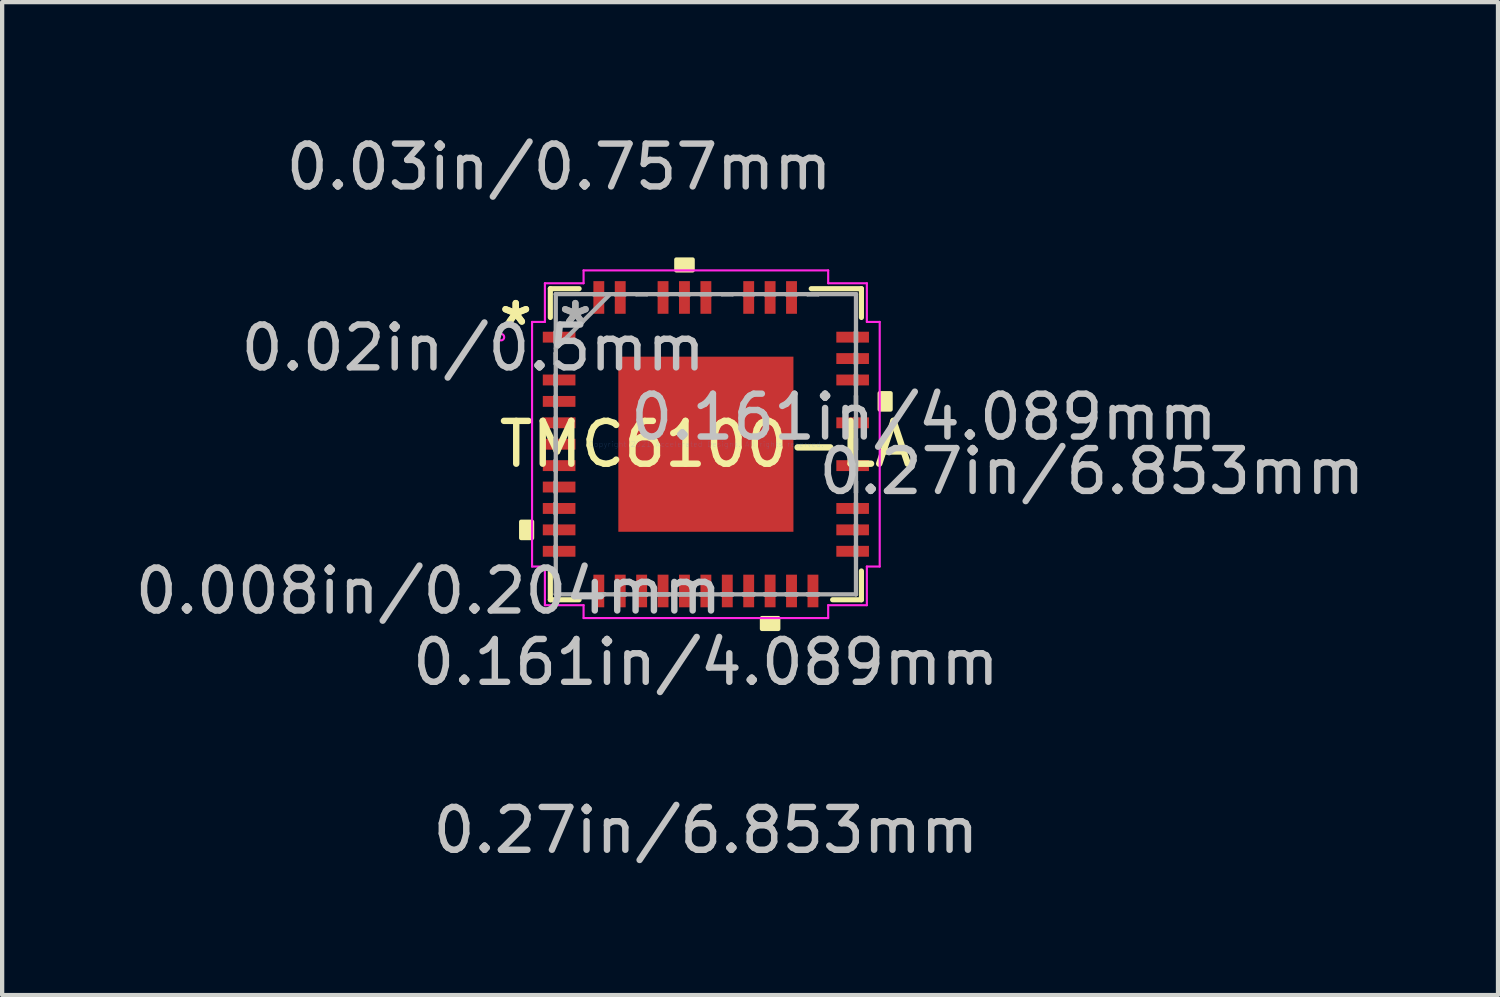
<source format=kicad_pcb>
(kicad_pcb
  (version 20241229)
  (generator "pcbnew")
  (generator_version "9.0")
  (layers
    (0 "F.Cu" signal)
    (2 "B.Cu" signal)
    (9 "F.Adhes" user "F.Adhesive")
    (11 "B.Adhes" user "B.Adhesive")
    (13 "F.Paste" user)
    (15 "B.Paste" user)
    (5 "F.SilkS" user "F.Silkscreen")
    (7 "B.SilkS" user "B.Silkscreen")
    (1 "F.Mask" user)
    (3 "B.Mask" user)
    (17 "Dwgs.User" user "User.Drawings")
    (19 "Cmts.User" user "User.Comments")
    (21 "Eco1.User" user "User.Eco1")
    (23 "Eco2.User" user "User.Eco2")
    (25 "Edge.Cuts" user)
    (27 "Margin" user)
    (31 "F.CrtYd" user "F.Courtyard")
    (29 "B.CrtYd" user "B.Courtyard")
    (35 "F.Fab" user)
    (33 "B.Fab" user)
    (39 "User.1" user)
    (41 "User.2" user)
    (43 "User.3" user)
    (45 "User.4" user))
  (footprint "TMC6100-LA"
    (layer "F.Cu")
    (at 13.433 7.323)
    (property "Reference" "TMC6100-LA" (at 0 0 0) (layer "F.SilkS") (effects (font (size 1 1) (thickness 0.15))))
    (attr through_hole)
    (fp_line (start -3.632 -3.632) (end -3.632 -2.96) (stroke (width 0.12) (type solid)) (layer "F.SilkS"))
    (fp_line (start -3.632 2.96) (end -3.632 3.632) (stroke (width 0.12) (type solid)) (layer "F.SilkS"))
    (fp_line (start -3.632 3.632) (end -2.96 3.632) (stroke (width 0.12) (type solid)) (layer "F.SilkS"))
    (fp_line (start -2.96 -3.632) (end -3.632 -3.632) (stroke (width 0.12) (type solid)) (layer "F.SilkS"))
    (fp_line (start 2.96 3.632) (end 3.632 3.632) (stroke (width 0.12) (type solid)) (layer "F.SilkS"))
    (fp_line (start 3.632 -3.632) (end 2.46 -3.632) (stroke (width 0.12) (type solid)) (layer "F.SilkS"))
    (fp_line (start 3.632 -2.96) (end 3.632 -3.632) (stroke (width 0.12) (type solid)) (layer "F.SilkS"))
    (fp_line (start 3.632 3.632) (end 3.632 2.96) (stroke (width 0.12) (type solid)) (layer "F.SilkS"))
    (fp_poly (pts (xy -4.313 1.81) (xy -4.313 2.191) (xy -4.059 2.191) (xy -4.059 1.81)) (stroke (width 0.1) (type solid)) (fill yes) (layer "F.SilkS"))
    (fp_poly (pts (xy -0.69 -4.059) (xy -0.69 -4.313) (xy -0.309 -4.313) (xy -0.309 -4.059)) (stroke (width 0.1) (type solid)) (fill yes) (layer "F.SilkS"))
    (fp_poly (pts (xy 1.31 4.059) (xy 1.31 4.313) (xy 1.69 4.313) (xy 1.69 4.059)) (stroke (width 0.1) (type solid)) (fill yes) (layer "F.SilkS"))
    (fp_poly (pts (xy 4.313 -1.191) (xy 4.313 -0.81) (xy 4.059 -0.81) (xy 4.059 -1.191)) (stroke (width 0.1) (type solid)) (fill yes) (layer "F.SilkS"))
    (fp_poly (pts (xy -1.945 -1.945) (xy -1.945 -0.782) (xy -0.782 -0.782) (xy -0.782 -1.945)) (stroke (width 0.1) (type solid)) (fill yes) (layer "F.Paste"))
    (fp_poly (pts (xy -1.945 -0.582) (xy -1.945 0.582) (xy -0.782 0.582) (xy -0.782 -0.582)) (stroke (width 0.1) (type solid)) (fill yes) (layer "F.Paste"))
    (fp_poly (pts (xy -1.945 0.782) (xy -1.945 1.945) (xy -0.782 1.945) (xy -0.782 0.782)) (stroke (width 0.1) (type solid)) (fill yes) (layer "F.Paste"))
    (fp_poly (pts (xy -0.582 -1.945) (xy -0.582 -0.782) (xy 0.582 -0.782) (xy 0.582 -1.945)) (stroke (width 0.1) (type solid)) (fill yes) (layer "F.Paste"))
    (fp_poly (pts (xy -0.582 -0.582) (xy -0.582 0.582) (xy 0.582 0.582) (xy 0.582 -0.582)) (stroke (width 0.1) (type solid)) (fill yes) (layer "F.Paste"))
    (fp_poly (pts (xy -0.582 0.782) (xy -0.582 1.945) (xy 0.582 1.945) (xy 0.582 0.782)) (stroke (width 0.1) (type solid)) (fill yes) (layer "F.Paste"))
    (fp_poly (pts (xy 0.782 -1.945) (xy 0.782 -0.782) (xy 1.945 -0.782) (xy 1.945 -1.945)) (stroke (width 0.1) (type solid)) (fill yes) (layer "F.Paste"))
    (fp_poly (pts (xy 0.782 -0.582) (xy 0.782 0.582) (xy 1.945 0.582) (xy 1.945 -0.582)) (stroke (width 0.1) (type solid)) (fill yes) (layer "F.Paste"))
    (fp_poly (pts (xy 0.782 0.782) (xy 0.782 1.945) (xy 1.945 1.945) (xy 1.945 0.782)) (stroke (width 0.1) (type solid)) (fill yes) (layer "F.Paste"))
    (fp_line (start -4.059 -2.856) (end -3.759 -2.856) (stroke (width 0.05) (type solid)) (layer "F.CrtYd"))
    (fp_line (start -4.059 2.856) (end -4.059 -2.856) (stroke (width 0.05) (type solid)) (layer "F.CrtYd"))
    (fp_line (start -3.759 -3.759) (end -2.856 -3.759) (stroke (width 0.05) (type solid)) (layer "F.CrtYd"))
    (fp_line (start -3.759 -2.856) (end -3.759 -3.759) (stroke (width 0.05) (type solid)) (layer "F.CrtYd"))
    (fp_line (start -3.759 2.856) (end -4.059 2.856) (stroke (width 0.05) (type solid)) (layer "F.CrtYd"))
    (fp_line (start -3.759 3.759) (end -3.759 2.856) (stroke (width 0.05) (type solid)) (layer "F.CrtYd"))
    (fp_line (start -2.856 -4.059) (end 2.856 -4.059) (stroke (width 0.05) (type solid)) (layer "F.CrtYd"))
    (fp_line (start -2.856 -3.759) (end -2.856 -4.059) (stroke (width 0.05) (type solid)) (layer "F.CrtYd"))
    (fp_line (start -2.856 3.759) (end -3.759 3.759) (stroke (width 0.05) (type solid)) (layer "F.CrtYd"))
    (fp_line (start -2.856 4.059) (end -2.856 3.759) (stroke (width 0.05) (type solid)) (layer "F.CrtYd"))
    (fp_line (start 2.856 -4.059) (end 2.856 -3.759) (stroke (width 0.05) (type solid)) (layer "F.CrtYd"))
    (fp_line (start 2.856 -3.759) (end 3.759 -3.759) (stroke (width 0.05) (type solid)) (layer "F.CrtYd"))
    (fp_line (start 2.856 3.759) (end 2.856 4.059) (stroke (width 0.05) (type solid)) (layer "F.CrtYd"))
    (fp_line (start 2.856 4.059) (end -2.856 4.059) (stroke (width 0.05) (type solid)) (layer "F.CrtYd"))
    (fp_line (start 3.759 -3.759) (end 3.759 -2.856) (stroke (width 0.05) (type solid)) (layer "F.CrtYd"))
    (fp_line (start 3.759 -2.856) (end 4.059 -2.856) (stroke (width 0.05) (type solid)) (layer "F.CrtYd"))
    (fp_line (start 3.759 2.856) (end 3.759 3.759) (stroke (width 0.05) (type solid)) (layer "F.CrtYd"))
    (fp_line (start 3.759 3.759) (end 2.856 3.759) (stroke (width 0.05) (type solid)) (layer "F.CrtYd"))
    (fp_line (start 4.059 -2.856) (end 4.059 2.856) (stroke (width 0.05) (type solid)) (layer "F.CrtYd"))
    (fp_line (start 4.059 2.856) (end 3.759 2.856) (stroke (width 0.05) (type solid)) (layer "F.CrtYd"))
    (fp_circle (center -4.785 -2.5) (end -4.709 -2.5) (stroke (width 0.05) (type solid)) (fill no) (layer "F.CrtYd"))
    (fp_line (start -3.505 -3.505) (end -3.505 -3.505) (stroke (width 0.1) (type solid)) (layer "F.Fab"))
    (fp_line (start -3.505 -3.505) (end -3.505 3.505) (stroke (width 0.1) (type solid)) (layer "F.Fab"))
    (fp_line (start -3.505 -2.627) (end -3.505 -2.627) (stroke (width 0.1) (type solid)) (layer "F.Fab"))
    (fp_line (start -3.505 -2.627) (end -3.505 -2.373) (stroke (width 0.1) (type solid)) (layer "F.Fab"))
    (fp_line (start -3.505 -2.373) (end -3.505 -2.627) (stroke (width 0.1) (type solid)) (layer "F.Fab"))
    (fp_line (start -3.505 -2.373) (end -3.505 -2.373) (stroke (width 0.1) (type solid)) (layer "F.Fab"))
    (fp_line (start -3.505 -2.235) (end -2.235 -3.505) (stroke (width 0.1) (type solid)) (layer "F.Fab"))
    (fp_line (start -3.505 -2.127) (end -3.505 -2.127) (stroke (width 0.1) (type solid)) (layer "F.Fab"))
    (fp_line (start -3.505 -2.127) (end -3.505 -1.873) (stroke (width 0.1) (type solid)) (layer "F.Fab"))
    (fp_line (start -3.505 -1.873) (end -3.505 -2.127) (stroke (width 0.1) (type solid)) (layer "F.Fab"))
    (fp_line (start -3.505 -1.873) (end -3.505 -1.873) (stroke (width 0.1) (type solid)) (layer "F.Fab"))
    (fp_line (start -3.505 -1.627) (end -3.505 -1.627) (stroke (width 0.1) (type solid)) (layer "F.Fab"))
    (fp_line (start -3.505 -1.627) (end -3.505 -1.373) (stroke (width 0.1) (type solid)) (layer "F.Fab"))
    (fp_line (start -3.505 -1.373) (end -3.505 -1.627) (stroke (width 0.1) (type solid)) (layer "F.Fab"))
    (fp_line (start -3.505 -1.373) (end -3.505 -1.373) (stroke (width 0.1) (type solid)) (layer "F.Fab"))
    (fp_line (start -3.505 -1.127) (end -3.505 -1.127) (stroke (width 0.1) (type solid)) (layer "F.Fab"))
    (fp_line (start -3.505 -1.127) (end -3.505 -0.873) (stroke (width 0.1) (type solid)) (layer "F.Fab"))
    (fp_line (start -3.505 -0.873) (end -3.505 -1.127) (stroke (width 0.1) (type solid)) (layer "F.Fab"))
    (fp_line (start -3.505 -0.873) (end -3.505 -0.873) (stroke (width 0.1) (type solid)) (layer "F.Fab"))
    (fp_line (start -3.505 -0.627) (end -3.505 -0.627) (stroke (width 0.1) (type solid)) (layer "F.Fab"))
    (fp_line (start -3.505 -0.627) (end -3.505 -0.373) (stroke (width 0.1) (type solid)) (layer "F.Fab"))
    (fp_line (start -3.505 -0.373) (end -3.505 -0.627) (stroke (width 0.1) (type solid)) (layer "F.Fab"))
    (fp_line (start -3.505 -0.373) (end -3.505 -0.373) (stroke (width 0.1) (type solid)) (layer "F.Fab"))
    (fp_line (start -3.505 -0.127) (end -3.505 -0.127) (stroke (width 0.1) (type solid)) (layer "F.Fab"))
    (fp_line (start -3.505 -0.127) (end -3.505 0.127) (stroke (width 0.1) (type solid)) (layer "F.Fab"))
    (fp_line (start -3.505 0.127) (end -3.505 -0.127) (stroke (width 0.1) (type solid)) (layer "F.Fab"))
    (fp_line (start -3.505 0.127) (end -3.505 0.127) (stroke (width 0.1) (type solid)) (layer "F.Fab"))
    (fp_line (start -3.505 0.373) (end -3.505 0.373) (stroke (width 0.1) (type solid)) (layer "F.Fab"))
    (fp_line (start -3.505 0.373) (end -3.505 0.627) (stroke (width 0.1) (type solid)) (layer "F.Fab"))
    (fp_line (start -3.505 0.627) (end -3.505 0.373) (stroke (width 0.1) (type solid)) (layer "F.Fab"))
    (fp_line (start -3.505 0.627) (end -3.505 0.627) (stroke (width 0.1) (type solid)) (layer "F.Fab"))
    (fp_line (start -3.505 0.873) (end -3.505 0.873) (stroke (width 0.1) (type solid)) (layer "F.Fab"))
    (fp_line (start -3.505 0.873) (end -3.505 1.127) (stroke (width 0.1) (type solid)) (layer "F.Fab"))
    (fp_line (start -3.505 1.127) (end -3.505 0.873) (stroke (width 0.1) (type solid)) (layer "F.Fab"))
    (fp_line (start -3.505 1.127) (end -3.505 1.127) (stroke (width 0.1) (type solid)) (layer "F.Fab"))
    (fp_line (start -3.505 1.373) (end -3.505 1.373) (stroke (width 0.1) (type solid)) (layer "F.Fab"))
    (fp_line (start -3.505 1.373) (end -3.505 1.627) (stroke (width 0.1) (type solid)) (layer "F.Fab"))
    (fp_line (start -3.505 1.627) (end -3.505 1.373) (stroke (width 0.1) (type solid)) (layer "F.Fab"))
    (fp_line (start -3.505 1.627) (end -3.505 1.627) (stroke (width 0.1) (type solid)) (layer "F.Fab"))
    (fp_line (start -3.505 1.873) (end -3.505 1.873) (stroke (width 0.1) (type solid)) (layer "F.Fab"))
    (fp_line (start -3.505 1.873) (end -3.505 2.127) (stroke (width 0.1) (type solid)) (layer "F.Fab"))
    (fp_line (start -3.505 2.127) (end -3.505 1.873) (stroke (width 0.1) (type solid)) (layer "F.Fab"))
    (fp_line (start -3.505 2.127) (end -3.505 2.127) (stroke (width 0.1) (type solid)) (layer "F.Fab"))
    (fp_line (start -3.505 2.373) (end -3.505 2.373) (stroke (width 0.1) (type solid)) (layer "F.Fab"))
    (fp_line (start -3.505 2.373) (end -3.505 2.627) (stroke (width 0.1) (type solid)) (layer "F.Fab"))
    (fp_line (start -3.505 2.627) (end -3.505 2.373) (stroke (width 0.1) (type solid)) (layer "F.Fab"))
    (fp_line (start -3.505 2.627) (end -3.505 2.627) (stroke (width 0.1) (type solid)) (layer "F.Fab"))
    (fp_line (start -3.505 3.505) (end -3.505 3.505) (stroke (width 0.1) (type solid)) (layer "F.Fab"))
    (fp_line (start -3.505 3.505) (end 3.505 3.505) (stroke (width 0.1) (type solid)) (layer "F.Fab"))
    (fp_line (start -2.627 -3.505) (end -2.627 -3.505) (stroke (width 0.1) (type solid)) (layer "F.Fab"))
    (fp_line (start -2.627 -3.505) (end -2.373 -3.505) (stroke (width 0.1) (type solid)) (layer "F.Fab"))
    (fp_line (start -2.627 3.505) (end -2.627 3.505) (stroke (width 0.1) (type solid)) (layer "F.Fab"))
    (fp_line (start -2.627 3.505) (end -2.373 3.505) (stroke (width 0.1) (type solid)) (layer "F.Fab"))
    (fp_line (start -2.373 -3.505) (end -2.627 -3.505) (stroke (width 0.1) (type solid)) (layer "F.Fab"))
    (fp_line (start -2.373 -3.505) (end -2.373 -3.505) (stroke (width 0.1) (type solid)) (layer "F.Fab"))
    (fp_line (start -2.373 3.505) (end -2.627 3.505) (stroke (width 0.1) (type solid)) (layer "F.Fab"))
    (fp_line (start -2.373 3.505) (end -2.373 3.505) (stroke (width 0.1) (type solid)) (layer "F.Fab"))
    (fp_line (start -2.127 -3.505) (end -2.127 -3.505) (stroke (width 0.1) (type solid)) (layer "F.Fab"))
    (fp_line (start -2.127 -3.505) (end -1.873 -3.505) (stroke (width 0.1) (type solid)) (layer "F.Fab"))
    (fp_line (start -2.127 3.505) (end -2.127 3.505) (stroke (width 0.1) (type solid)) (layer "F.Fab"))
    (fp_line (start -2.127 3.505) (end -1.873 3.505) (stroke (width 0.1) (type solid)) (layer "F.Fab"))
    (fp_line (start -1.873 -3.505) (end -2.127 -3.505) (stroke (width 0.1) (type solid)) (layer "F.Fab"))
    (fp_line (start -1.873 -3.505) (end -1.873 -3.505) (stroke (width 0.1) (type solid)) (layer "F.Fab"))
    (fp_line (start -1.873 3.505) (end -2.127 3.505) (stroke (width 0.1) (type solid)) (layer "F.Fab"))
    (fp_line (start -1.873 3.505) (end -1.873 3.505) (stroke (width 0.1) (type solid)) (layer "F.Fab"))
    (fp_line (start -1.627 -3.505) (end -1.627 -3.505) (stroke (width 0.1) (type solid)) (layer "F.Fab"))
    (fp_line (start -1.627 -3.505) (end -1.373 -3.505) (stroke (width 0.1) (type solid)) (layer "F.Fab"))
    (fp_line (start -1.627 3.505) (end -1.627 3.505) (stroke (width 0.1) (type solid)) (layer "F.Fab"))
    (fp_line (start -1.627 3.505) (end -1.373 3.505) (stroke (width 0.1) (type solid)) (layer "F.Fab"))
    (fp_line (start -1.373 -3.505) (end -1.627 -3.505) (stroke (width 0.1) (type solid)) (layer "F.Fab"))
    (fp_line (start -1.373 -3.505) (end -1.373 -3.505) (stroke (width 0.1) (type solid)) (layer "F.Fab"))
    (fp_line (start -1.373 3.505) (end -1.627 3.505) (stroke (width 0.1) (type solid)) (layer "F.Fab"))
    (fp_line (start -1.373 3.505) (end -1.373 3.505) (stroke (width 0.1) (type solid)) (layer "F.Fab"))
    (fp_line (start -1.127 -3.505) (end -1.127 -3.505) (stroke (width 0.1) (type solid)) (layer "F.Fab"))
    (fp_line (start -1.127 -3.505) (end -0.873 -3.505) (stroke (width 0.1) (type solid)) (layer "F.Fab"))
    (fp_line (start -1.127 3.505) (end -1.127 3.505) (stroke (width 0.1) (type solid)) (layer "F.Fab"))
    (fp_line (start -1.127 3.505) (end -0.873 3.505) (stroke (width 0.1) (type solid)) (layer "F.Fab"))
    (fp_line (start -0.873 -3.505) (end -1.127 -3.505) (stroke (width 0.1) (type solid)) (layer "F.Fab"))
    (fp_line (start -0.873 -3.505) (end -0.873 -3.505) (stroke (width 0.1) (type solid)) (layer "F.Fab"))
    (fp_line (start -0.873 3.505) (end -1.127 3.505) (stroke (width 0.1) (type solid)) (layer "F.Fab"))
    (fp_line (start -0.873 3.505) (end -0.873 3.505) (stroke (width 0.1) (type solid)) (layer "F.Fab"))
    (fp_line (start -0.627 -3.505) (end -0.627 -3.505) (stroke (width 0.1) (type solid)) (layer "F.Fab"))
    (fp_line (start -0.627 -3.505) (end -0.373 -3.505) (stroke (width 0.1) (type solid)) (layer "F.Fab"))
    (fp_line (start -0.627 3.505) (end -0.627 3.505) (stroke (width 0.1) (type solid)) (layer "F.Fab"))
    (fp_line (start -0.627 3.505) (end -0.373 3.505) (stroke (width 0.1) (type solid)) (layer "F.Fab"))
    (fp_line (start -0.373 -3.505) (end -0.627 -3.505) (stroke (width 0.1) (type solid)) (layer "F.Fab"))
    (fp_line (start -0.373 -3.505) (end -0.373 -3.505) (stroke (width 0.1) (type solid)) (layer "F.Fab"))
    (fp_line (start -0.373 3.505) (end -0.627 3.505) (stroke (width 0.1) (type solid)) (layer "F.Fab"))
    (fp_line (start -0.373 3.505) (end -0.373 3.505) (stroke (width 0.1) (type solid)) (layer "F.Fab"))
    (fp_line (start -0.127 -3.505) (end -0.127 -3.505) (stroke (width 0.1) (type solid)) (layer "F.Fab"))
    (fp_line (start -0.127 -3.505) (end 0.127 -3.505) (stroke (width 0.1) (type solid)) (layer "F.Fab"))
    (fp_line (start -0.127 3.505) (end -0.127 3.505) (stroke (width 0.1) (type solid)) (layer "F.Fab"))
    (fp_line (start -0.127 3.505) (end 0.127 3.505) (stroke (width 0.1) (type solid)) (layer "F.Fab"))
    (fp_line (start 0.127 -3.505) (end -0.127 -3.505) (stroke (width 0.1) (type solid)) (layer "F.Fab"))
    (fp_line (start 0.127 -3.505) (end 0.127 -3.505) (stroke (width 0.1) (type solid)) (layer "F.Fab"))
    (fp_line (start 0.127 3.505) (end -0.127 3.505) (stroke (width 0.1) (type solid)) (layer "F.Fab"))
    (fp_line (start 0.127 3.505) (end 0.127 3.505) (stroke (width 0.1) (type solid)) (layer "F.Fab"))
    (fp_line (start 0.373 -3.505) (end 0.373 -3.505) (stroke (width 0.1) (type solid)) (layer "F.Fab"))
    (fp_line (start 0.373 -3.505) (end 0.627 -3.505) (stroke (width 0.1) (type solid)) (layer "F.Fab"))
    (fp_line (start 0.373 3.505) (end 0.373 3.505) (stroke (width 0.1) (type solid)) (layer "F.Fab"))
    (fp_line (start 0.373 3.505) (end 0.627 3.505) (stroke (width 0.1) (type solid)) (layer "F.Fab"))
    (fp_line (start 0.627 -3.505) (end 0.373 -3.505) (stroke (width 0.1) (type solid)) (layer "F.Fab"))
    (fp_line (start 0.627 -3.505) (end 0.627 -3.505) (stroke (width 0.1) (type solid)) (layer "F.Fab"))
    (fp_line (start 0.627 3.505) (end 0.373 3.505) (stroke (width 0.1) (type solid)) (layer "F.Fab"))
    (fp_line (start 0.627 3.505) (end 0.627 3.505) (stroke (width 0.1) (type solid)) (layer "F.Fab"))
    (fp_line (start 0.873 -3.505) (end 0.873 -3.505) (stroke (width 0.1) (type solid)) (layer "F.Fab"))
    (fp_line (start 0.873 -3.505) (end 1.127 -3.505) (stroke (width 0.1) (type solid)) (layer "F.Fab"))
    (fp_line (start 0.873 3.505) (end 0.873 3.505) (stroke (width 0.1) (type solid)) (layer "F.Fab"))
    (fp_line (start 0.873 3.505) (end 1.127 3.505) (stroke (width 0.1) (type solid)) (layer "F.Fab"))
    (fp_line (start 1.127 -3.505) (end 0.873 -3.505) (stroke (width 0.1) (type solid)) (layer "F.Fab"))
    (fp_line (start 1.127 -3.505) (end 1.127 -3.505) (stroke (width 0.1) (type solid)) (layer "F.Fab"))
    (fp_line (start 1.127 3.505) (end 0.873 3.505) (stroke (width 0.1) (type solid)) (layer "F.Fab"))
    (fp_line (start 1.127 3.505) (end 1.127 3.505) (stroke (width 0.1) (type solid)) (layer "F.Fab"))
    (fp_line (start 1.373 -3.505) (end 1.373 -3.505) (stroke (width 0.1) (type solid)) (layer "F.Fab"))
    (fp_line (start 1.373 -3.505) (end 1.627 -3.505) (stroke (width 0.1) (type solid)) (layer "F.Fab"))
    (fp_line (start 1.373 3.505) (end 1.373 3.505) (stroke (width 0.1) (type solid)) (layer "F.Fab"))
    (fp_line (start 1.373 3.505) (end 1.627 3.505) (stroke (width 0.1) (type solid)) (layer "F.Fab"))
    (fp_line (start 1.627 -3.505) (end 1.373 -3.505) (stroke (width 0.1) (type solid)) (layer "F.Fab"))
    (fp_line (start 1.627 -3.505) (end 1.627 -3.505) (stroke (width 0.1) (type solid)) (layer "F.Fab"))
    (fp_line (start 1.627 3.505) (end 1.373 3.505) (stroke (width 0.1) (type solid)) (layer "F.Fab"))
    (fp_line (start 1.627 3.505) (end 1.627 3.505) (stroke (width 0.1) (type solid)) (layer "F.Fab"))
    (fp_line (start 1.873 -3.505) (end 1.873 -3.505) (stroke (width 0.1) (type solid)) (layer "F.Fab"))
    (fp_line (start 1.873 -3.505) (end 2.127 -3.505) (stroke (width 0.1) (type solid)) (layer "F.Fab"))
    (fp_line (start 1.873 3.505) (end 1.873 3.505) (stroke (width 0.1) (type solid)) (layer "F.Fab"))
    (fp_line (start 1.873 3.505) (end 2.127 3.505) (stroke (width 0.1) (type solid)) (layer "F.Fab"))
    (fp_line (start 2.127 -3.505) (end 1.873 -3.505) (stroke (width 0.1) (type solid)) (layer "F.Fab"))
    (fp_line (start 2.127 -3.505) (end 2.127 -3.505) (stroke (width 0.1) (type solid)) (layer "F.Fab"))
    (fp_line (start 2.127 3.505) (end 1.873 3.505) (stroke (width 0.1) (type solid)) (layer "F.Fab"))
    (fp_line (start 2.127 3.505) (end 2.127 3.505) (stroke (width 0.1) (type solid)) (layer "F.Fab"))
    (fp_line (start 2.373 -3.505) (end 2.373 -3.505) (stroke (width 0.1) (type solid)) (layer "F.Fab"))
    (fp_line (start 2.373 -3.505) (end 2.627 -3.505) (stroke (width 0.1) (type solid)) (layer "F.Fab"))
    (fp_line (start 2.373 3.505) (end 2.373 3.505) (stroke (width 0.1) (type solid)) (layer "F.Fab"))
    (fp_line (start 2.373 3.505) (end 2.627 3.505) (stroke (width 0.1) (type solid)) (layer "F.Fab"))
    (fp_line (start 2.627 -3.505) (end 2.373 -3.505) (stroke (width 0.1) (type solid)) (layer "F.Fab"))
    (fp_line (start 2.627 -3.505) (end 2.627 -3.505) (stroke (width 0.1) (type solid)) (layer "F.Fab"))
    (fp_line (start 2.627 3.505) (end 2.373 3.505) (stroke (width 0.1) (type solid)) (layer "F.Fab"))
    (fp_line (start 2.627 3.505) (end 2.627 3.505) (stroke (width 0.1) (type solid)) (layer "F.Fab"))
    (fp_line (start 3.505 -3.505) (end -3.505 -3.505) (stroke (width 0.1) (type solid)) (layer "F.Fab"))
    (fp_line (start 3.505 -3.505) (end 3.505 -3.505) (stroke (width 0.1) (type solid)) (layer "F.Fab"))
    (fp_line (start 3.505 -2.627) (end 3.505 -2.627) (stroke (width 0.1) (type solid)) (layer "F.Fab"))
    (fp_line (start 3.505 -2.627) (end 3.505 -2.373) (stroke (width 0.1) (type solid)) (layer "F.Fab"))
    (fp_line (start 3.505 -2.373) (end 3.505 -2.627) (stroke (width 0.1) (type solid)) (layer "F.Fab"))
    (fp_line (start 3.505 -2.373) (end 3.505 -2.373) (stroke (width 0.1) (type solid)) (layer "F.Fab"))
    (fp_line (start 3.505 -2.127) (end 3.505 -2.127) (stroke (width 0.1) (type solid)) (layer "F.Fab"))
    (fp_line (start 3.505 -2.127) (end 3.505 -1.873) (stroke (width 0.1) (type solid)) (layer "F.Fab"))
    (fp_line (start 3.505 -1.873) (end 3.505 -2.127) (stroke (width 0.1) (type solid)) (layer "F.Fab"))
    (fp_line (start 3.505 -1.873) (end 3.505 -1.873) (stroke (width 0.1) (type solid)) (layer "F.Fab"))
    (fp_line (start 3.505 -1.627) (end 3.505 -1.627) (stroke (width 0.1) (type solid)) (layer "F.Fab"))
    (fp_line (start 3.505 -1.627) (end 3.505 -1.373) (stroke (width 0.1) (type solid)) (layer "F.Fab"))
    (fp_line (start 3.505 -1.373) (end 3.505 -1.627) (stroke (width 0.1) (type solid)) (layer "F.Fab"))
    (fp_line (start 3.505 -1.373) (end 3.505 -1.373) (stroke (width 0.1) (type solid)) (layer "F.Fab"))
    (fp_line (start 3.505 -1.127) (end 3.505 -1.127) (stroke (width 0.1) (type solid)) (layer "F.Fab"))
    (fp_line (start 3.505 -1.127) (end 3.505 -0.873) (stroke (width 0.1) (type solid)) (layer "F.Fab"))
    (fp_line (start 3.505 -0.873) (end 3.505 -1.127) (stroke (width 0.1) (type solid)) (layer "F.Fab"))
    (fp_line (start 3.505 -0.873) (end 3.505 -0.873) (stroke (width 0.1) (type solid)) (layer "F.Fab"))
    (fp_line (start 3.505 -0.627) (end 3.505 -0.627) (stroke (width 0.1) (type solid)) (layer "F.Fab"))
    (fp_line (start 3.505 -0.627) (end 3.505 -0.373) (stroke (width 0.1) (type solid)) (layer "F.Fab"))
    (fp_line (start 3.505 -0.373) (end 3.505 -0.627) (stroke (width 0.1) (type solid)) (layer "F.Fab"))
    (fp_line (start 3.505 -0.373) (end 3.505 -0.373) (stroke (width 0.1) (type solid)) (layer "F.Fab"))
    (fp_line (start 3.505 -0.127) (end 3.505 -0.127) (stroke (width 0.1) (type solid)) (layer "F.Fab"))
    (fp_line (start 3.505 -0.127) (end 3.505 0.127) (stroke (width 0.1) (type solid)) (layer "F.Fab"))
    (fp_line (start 3.505 0.127) (end 3.505 -0.127) (stroke (width 0.1) (type solid)) (layer "F.Fab"))
    (fp_line (start 3.505 0.127) (end 3.505 0.127) (stroke (width 0.1) (type solid)) (layer "F.Fab"))
    (fp_line (start 3.505 0.373) (end 3.505 0.373) (stroke (width 0.1) (type solid)) (layer "F.Fab"))
    (fp_line (start 3.505 0.373) (end 3.505 0.627) (stroke (width 0.1) (type solid)) (layer "F.Fab"))
    (fp_line (start 3.505 0.627) (end 3.505 0.373) (stroke (width 0.1) (type solid)) (layer "F.Fab"))
    (fp_line (start 3.505 0.627) (end 3.505 0.627) (stroke (width 0.1) (type solid)) (layer "F.Fab"))
    (fp_line (start 3.505 0.873) (end 3.505 0.873) (stroke (width 0.1) (type solid)) (layer "F.Fab"))
    (fp_line (start 3.505 0.873) (end 3.505 1.127) (stroke (width 0.1) (type solid)) (layer "F.Fab"))
    (fp_line (start 3.505 1.127) (end 3.505 0.873) (stroke (width 0.1) (type solid)) (layer "F.Fab"))
    (fp_line (start 3.505 1.127) (end 3.505 1.127) (stroke (width 0.1) (type solid)) (layer "F.Fab"))
    (fp_line (start 3.505 1.373) (end 3.505 1.373) (stroke (width 0.1) (type solid)) (layer "F.Fab"))
    (fp_line (start 3.505 1.373) (end 3.505 1.627) (stroke (width 0.1) (type solid)) (layer "F.Fab"))
    (fp_line (start 3.505 1.627) (end 3.505 1.373) (stroke (width 0.1) (type solid)) (layer "F.Fab"))
    (fp_line (start 3.505 1.627) (end 3.505 1.627) (stroke (width 0.1) (type solid)) (layer "F.Fab"))
    (fp_line (start 3.505 1.873) (end 3.505 1.873) (stroke (width 0.1) (type solid)) (layer "F.Fab"))
    (fp_line (start 3.505 1.873) (end 3.505 2.127) (stroke (width 0.1) (type solid)) (layer "F.Fab"))
    (fp_line (start 3.505 2.127) (end 3.505 1.873) (stroke (width 0.1) (type solid)) (layer "F.Fab"))
    (fp_line (start 3.505 2.127) (end 3.505 2.127) (stroke (width 0.1) (type solid)) (layer "F.Fab"))
    (fp_line (start 3.505 2.373) (end 3.505 2.373) (stroke (width 0.1) (type solid)) (layer "F.Fab"))
    (fp_line (start 3.505 2.373) (end 3.505 2.627) (stroke (width 0.1) (type solid)) (layer "F.Fab"))
    (fp_line (start 3.505 2.627) (end 3.505 2.373) (stroke (width 0.1) (type solid)) (layer "F.Fab"))
    (fp_line (start 3.505 2.627) (end 3.505 2.627) (stroke (width 0.1) (type solid)) (layer "F.Fab"))
    (fp_line (start 3.505 3.505) (end 3.505 -3.505) (stroke (width 0.1) (type solid)) (layer "F.Fab"))
    (fp_line (start 3.505 3.505) (end 3.505 3.505) (stroke (width 0.1) (type solid)) (layer "F.Fab"))
    (fp_text user "*" (at -4.44 -2.75 0) (layer "F.SilkS") (effects (font (size 1 1) (thickness 0.15))))
    (fp_text user "*" (at -4.44 -2.75 0) (layer "F.SilkS") (effects (font (size 1 1) (thickness 0.15))))
    (fp_text user "0.02in/0.5mm" (at -5.433 -2.25 0) (layer "Dwgs.User") (effects (font (size 1 1) (thickness 0.15))))
    (fp_text user "0.03in/0.757mm" (at -3.427 -6.475 0) (layer "Dwgs.User") (effects (font (size 1 1) (thickness 0.15))))
    (fp_text user "0.008in/0.204mm" (at -6.475 3.427 0) (layer "Dwgs.User") (effects (font (size 1 1) (thickness 0.15))))
    (fp_text user "0.27in/6.853mm" (at 0 9.015 0) (layer "Dwgs.User") (effects (font (size 1 1) (thickness 0.15))))
    (fp_text user "0.161in/4.089mm" (at 0 5.093 0) (layer "Dwgs.User") (effects (font (size 1 1) (thickness 0.15))))
    (fp_text user "0.27in/6.853mm" (at 9.015 0.635 0) (layer "Dwgs.User") (effects (font (size 1 1) (thickness 0.15))))
    (fp_text user "0.161in/4.089mm" (at 5.093 -0.635 0) (layer "Dwgs.User") (effects (font (size 1 1) (thickness 0.15))))
    (fp_text user "Copyright 2021 Accelerated Designs. All rights reserved." (at 0 0 0) (layer "Cmts.User") (effects (font (size 0.127 0.127) (thickness 0.002))))
    (fp_text user "*" (at -3.048 -2.75 0) (layer "F.Fab") (effects (font (size 1 1) (thickness 0.15))))
    (fp_text user "*" (at -3.048 -2.75 0) (layer "F.Fab") (effects (font (size 1 1) (thickness 0.15))))
    (pad "1" smd rect (at -3.427 -2.5 90) (size 0.254 0.762) (layers "F.Cu" "F.Mask" "F.Paste"))
    (pad "2" smd rect (at -3.427 -1.5 90) (size 0.254 0.762) (layers "F.Cu" "F.Mask" "F.Paste"))
    (pad "3" smd rect (at -3.427 -1 90) (size 0.254 0.762) (layers "F.Cu" "F.Mask" "F.Paste"))
    (pad "4" smd rect (at -3.427 -0.5 90) (size 0.254 0.762) (layers "F.Cu" "F.Mask" "F.Paste"))
    (pad "5" smd rect (at -3.427 0 90) (size 0.254 0.762) (layers "F.Cu" "F.Mask" "F.Paste"))
    (pad "6" smd rect (at -3.427 0.5 90) (size 0.254 0.762) (layers "F.Cu" "F.Mask" "F.Paste"))
    (pad "7" smd rect (at -3.427 1 90) (size 0.254 0.762) (layers "F.Cu" "F.Mask" "F.Paste"))
    (pad "8" smd rect (at -3.427 1.5 90) (size 0.254 0.762) (layers "F.Cu" "F.Mask" "F.Paste"))
    (pad "9" smd rect (at -3.427 2 90) (size 0.254 0.762) (layers "F.Cu" "F.Mask" "F.Paste"))
    (pad "10" smd rect (at -3.427 2.5 90) (size 0.254 0.762) (layers "F.Cu" "F.Mask" "F.Paste"))
    (pad "11" smd rect (at -2.5 3.427) (size 0.254 0.762) (layers "F.Cu" "F.Mask" "F.Paste"))
    (pad "12" smd rect (at -2 3.427) (size 0.254 0.762) (layers "F.Cu" "F.Mask" "F.Paste"))
    (pad "13" smd rect (at -1.5 3.427) (size 0.254 0.762) (layers "F.Cu" "F.Mask" "F.Paste"))
    (pad "14" smd rect (at -1 3.427) (size 0.254 0.762) (layers "F.Cu" "F.Mask" "F.Paste"))
    (pad "15" smd rect (at -0.5 3.427) (size 0.254 0.762) (layers "F.Cu" "F.Mask" "F.Paste"))
    (pad "16" smd rect (at 0 3.427) (size 0.254 0.762) (layers "F.Cu" "F.Mask" "F.Paste"))
    (pad "17" smd rect (at 0.5 3.427) (size 0.254 0.762) (layers "F.Cu" "F.Mask" "F.Paste"))
    (pad "18" smd rect (at 1 3.427) (size 0.254 0.762) (layers "F.Cu" "F.Mask" "F.Paste"))
    (pad "19" smd rect (at 1.5 3.427) (size 0.254 0.762) (layers "F.Cu" "F.Mask" "F.Paste"))
    (pad "20" smd rect (at 2 3.427) (size 0.254 0.762) (layers "F.Cu" "F.Mask" "F.Paste"))
    (pad "21" smd rect (at 2.5 3.427) (size 0.254 0.762) (layers "F.Cu" "F.Mask" "F.Paste"))
    (pad "22" smd rect (at 3.427 2.5 90) (size 0.254 0.762) (layers "F.Cu" "F.Mask" "F.Paste"))
    (pad "23" smd rect (at 3.427 2 90) (size 0.254 0.762) (layers "F.Cu" "F.Mask" "F.Paste"))
    (pad "24" smd rect (at 3.427 1.5 90) (size 0.254 0.762) (layers "F.Cu" "F.Mask" "F.Paste"))
    (pad "25" smd rect (at 3.427 0.5 90) (size 0.254 0.762) (layers "F.Cu" "F.Mask" "F.Paste"))
    (pad "26" smd rect (at 3.427 -0.5 90) (size 0.254 0.762) (layers "F.Cu" "F.Mask" "F.Paste"))
    (pad "27" smd rect (at 3.427 -1.5 90) (size 0.254 0.762) (layers "F.Cu" "F.Mask" "F.Paste"))
    (pad "28" smd rect (at 3.427 -2 90) (size 0.254 0.762) (layers "F.Cu" "F.Mask" "F.Paste"))
    (pad "29" smd rect (at 3.427 -2.5 90) (size 0.254 0.762) (layers "F.Cu" "F.Mask" "F.Paste"))
    (pad "30" smd rect (at 2 -3.427) (size 0.254 0.762) (layers "F.Cu" "F.Mask" "F.Paste"))
    (pad "31" smd rect (at 1.5 -3.427) (size 0.254 0.762) (layers "F.Cu" "F.Mask" "F.Paste"))
    (pad "32" smd rect (at 1 -3.427) (size 0.254 0.762) (layers "F.Cu" "F.Mask" "F.Paste"))
    (pad "33" smd rect (at 0 -3.427) (size 0.254 0.762) (layers "F.Cu" "F.Mask" "F.Paste"))
    (pad "34" smd rect (at -0.5 -3.427) (size 0.254 0.762) (layers "F.Cu" "F.Mask" "F.Paste"))
    (pad "35" smd rect (at -1 -3.427) (size 0.254 0.762) (layers "F.Cu" "F.Mask" "F.Paste"))
    (pad "36" smd rect (at -2 -3.427) (size 0.254 0.762) (layers "F.Cu" "F.Mask" "F.Paste"))
    (pad "37" smd rect (at -2.5 -3.427) (size 0.254 0.762) (layers "F.Cu" "F.Mask" "F.Paste"))
    (pad "38" smd rect (at 0 0) (size 4.089 4.089) (layers "F.Cu" "F.Mask")))
  (gr_rect
    (start -3 -3)
    (end 31.93 20.186)
    (stroke (width 0.1) (type default))
    (fill no)
    (layer "Edge.Cuts")))
</source>
